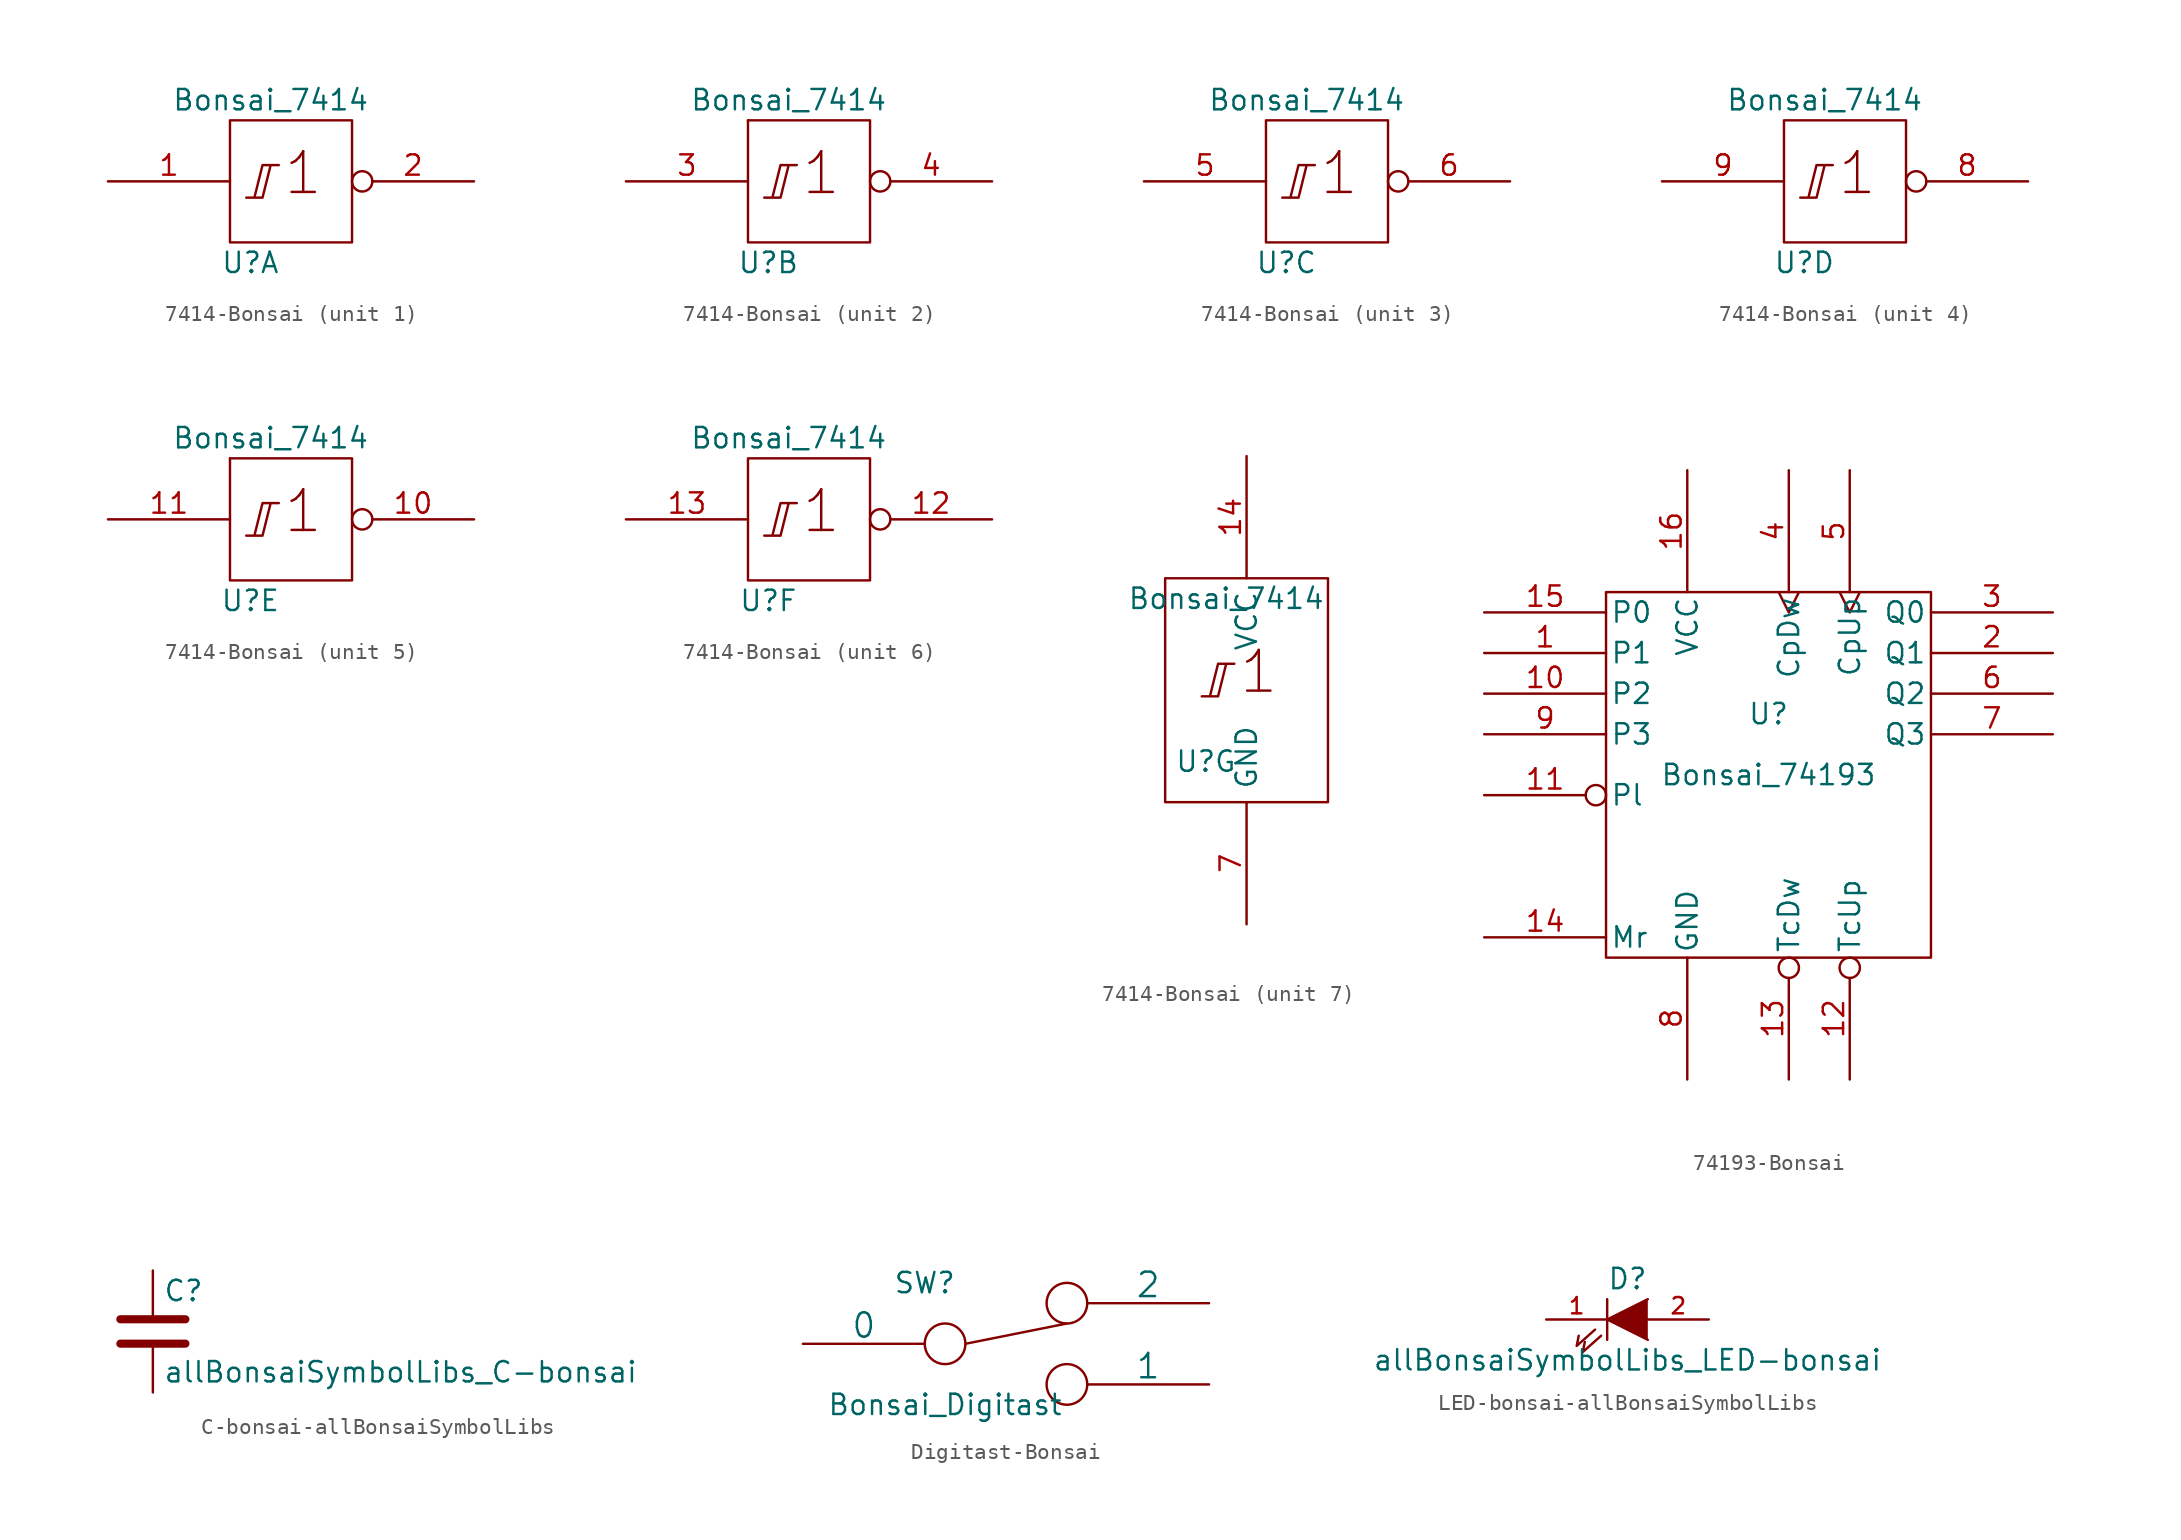
<source format=kicad_sym>
(kicad_symbol_lib
  (version 20220914)
  (generator kicad_symbol_editor)
  (symbol "7414-Bonsai"
    (pin_names
      (offset 0.762))
    (property "Reference" "U"
      (at -2.54 -5.08 0)
      (effects (font (size 1.27 1.27))))
    (property "Value" "Bonsai_7414"
      (at -1.27 5.08 0)
      (effects (font (size 1.27 1.27))))
    (property "ki_locked" ""
      (at 0 0 0)
      (effects (font (size 1.27 1.27))))
    (symbol "7414-Bonsai_0_0"
      (polyline (pts (xy -2.794 -1.016) (xy -1.778 -1.016) (xy -1.27 1.016) (xy -0.762 1.016) (xy -1.778 1.016) (xy -2.286 -1.016) (xy -2.286 -1.016)) (stroke (width 0) (type solid)) (fill (type none)))
      (text "1" (at 0.762 0.508 0) (effects (font (size 2.54 2.54)))))
    (symbol "7414-Bonsai_1_1"
      (rectangle (start -3.81 3.81) (end 3.81 -3.81) (stroke (width 0) (type solid)) (fill (type none)))
      (pin input line (at -11.43 0 0) (length 7.62) (name "~" (effects (font (size 1.27 1.27)))) (number "1" (effects (font (size 1.27 1.27)))))
      (pin output inverted (at 11.43 0 180) (length 7.62) (name "~" (effects (font (size 1.27 1.27)))) (number "2" (effects (font (size 1.27 1.27))))))
    (symbol "7414-Bonsai_2_1"
      (rectangle (start -3.81 3.81) (end -3.81 3.81) (stroke (width 0) (type solid)) (fill (type none)))
      (rectangle (start -3.81 3.81) (end 3.81 -3.81) (stroke (width 0) (type solid)) (fill (type none)))
      (pin input line (at -11.43 0 0) (length 7.62) (name "~" (effects (font (size 1.27 1.27)))) (number "3" (effects (font (size 1.27 1.27)))))
      (pin output inverted (at 11.43 0 180) (length 7.62) (name "~" (effects (font (size 1.27 1.27)))) (number "4" (effects (font (size 1.27 1.27))))))
    (symbol "7414-Bonsai_3_1"
      (rectangle (start -3.81 3.81) (end 3.81 -3.81) (stroke (width 0) (type solid)) (fill (type none)))
      (pin input line (at -11.43 0 0) (length 7.62) (name "~" (effects (font (size 1.27 1.27)))) (number "5" (effects (font (size 1.27 1.27)))))
      (pin output inverted (at 11.43 0 180) (length 7.62) (name "~" (effects (font (size 1.27 1.27)))) (number "6" (effects (font (size 1.27 1.27))))))
    (symbol "7414-Bonsai_4_1"
      (rectangle (start -3.81 3.81) (end 3.81 -3.81) (stroke (width 0) (type solid)) (fill (type none)))
      (pin output inverted (at 11.43 0 180) (length 7.62) (name "~" (effects (font (size 1.27 1.27)))) (number "8" (effects (font (size 1.27 1.27)))))
      (pin input line (at -11.43 0 0) (length 7.62) (name "~" (effects (font (size 1.27 1.27)))) (number "9" (effects (font (size 1.27 1.27))))))
    (symbol "7414-Bonsai_5_1"
      (rectangle (start -3.81 3.81) (end -3.81 3.81) (stroke (width 0) (type solid)) (fill (type none)))
      (rectangle (start -3.81 3.81) (end 3.81 -3.81) (stroke (width 0) (type solid)) (fill (type none)))
      (pin output inverted (at 11.43 0 180) (length 7.62) (name "~" (effects (font (size 1.27 1.27)))) (number "10" (effects (font (size 1.27 1.27)))))
      (pin input line (at -11.43 0 0) (length 7.62) (name "~" (effects (font (size 1.27 1.27)))) (number "11" (effects (font (size 1.27 1.27))))))
    (symbol "7414-Bonsai_6_1"
      (rectangle (start -3.81 3.81) (end 3.81 -3.81) (stroke (width 0) (type solid)) (fill (type none)))
      (pin output inverted (at 11.43 0 180) (length 7.62) (name "~" (effects (font (size 1.27 1.27)))) (number "12" (effects (font (size 1.27 1.27)))))
      (pin input line (at -11.43 0 0) (length 7.62) (name "~" (effects (font (size 1.27 1.27)))) (number "13" (effects (font (size 1.27 1.27))))))
    (symbol "7414-Bonsai_7_1"
      (rectangle (start -5.08 6.35) (end 5.08 -7.62) (stroke (width 0) (type solid)) (fill (type none)))
      (pin power_in line (at 0 13.97 270) (length 7.62) (name "VCC" (effects (font (size 1.27 1.27)))) (number "14" (effects (font (size 1.27 1.27)))))
      (pin power_in line (at 0 -15.24 90) (length 7.62) (name "GND" (effects (font (size 1.27 1.27)))) (number "7" (effects (font (size 1.27 1.27)))))))
  (symbol "74193-Bonsai"
    (pin_names
      (offset 0.254))
    (property "Reference" "U"
      (at 0 3.81 0)
      (effects (font (size 1.27 1.27))))
    (property "Value" "Bonsai_74193"
      (at 0 0 0)
      (effects (font (size 1.27 1.27))))
    (symbol "74193-Bonsai_0_0"
      (pin power_in line (at -5.08 19.05 270) (length 7.62) (name "VCC" (effects (font (size 1.27 1.27)))) (number "16" (effects (font (size 1.27 1.27)))))
      (pin power_in line (at -5.08 -19.05 90) (length 7.62) (name "GND" (effects (font (size 1.27 1.27)))) (number "8" (effects (font (size 1.27 1.27))))))
    (symbol "74193-Bonsai_0_1"
      (rectangle (start -10.16 11.43) (end 10.16 -11.43) (stroke (width 0) (type solid)) (fill (type none))))
    (symbol "74193-Bonsai_1_1"
      (pin input line (at -17.78 7.62 0) (length 7.62) (name "P1" (effects (font (size 1.27 1.27)))) (number "1" (effects (font (size 1.27 1.27)))))
      (pin input line (at -17.78 5.08 0) (length 7.62) (name "P2" (effects (font (size 1.27 1.27)))) (number "10" (effects (font (size 1.27 1.27)))))
      (pin input inverted (at -17.78 -1.27 0) (length 7.62) (name "Pl" (effects (font (size 1.27 1.27)))) (number "11" (effects (font (size 1.27 1.27)))))
      (pin output inverted (at 5.08 -19.05 90) (length 7.62) (name "TcUp" (effects (font (size 1.27 1.27)))) (number "12" (effects (font (size 1.27 1.27)))))
      (pin output inverted (at 1.27 -19.05 90) (length 7.62) (name "TcDw" (effects (font (size 1.27 1.27)))) (number "13" (effects (font (size 1.27 1.27)))))
      (pin input line (at -17.78 -10.16 0) (length 7.62) (name "Mr" (effects (font (size 1.27 1.27)))) (number "14" (effects (font (size 1.27 1.27)))))
      (pin input line (at -17.78 10.16 0) (length 7.62) (name "P0" (effects (font (size 1.27 1.27)))) (number "15" (effects (font (size 1.27 1.27)))))
      (pin output line (at 17.78 7.62 180) (length 7.62) (name "Q1" (effects (font (size 1.27 1.27)))) (number "2" (effects (font (size 1.27 1.27)))))
      (pin output line (at 17.78 10.16 180) (length 7.62) (name "Q0" (effects (font (size 1.27 1.27)))) (number "3" (effects (font (size 1.27 1.27)))))
      (pin input clock (at 1.27 19.05 270) (length 7.62) (name "CpDw" (effects (font (size 1.27 1.27)))) (number "4" (effects (font (size 1.27 1.27)))))
      (pin input clock (at 5.08 19.05 270) (length 7.62) (name "CpUp" (effects (font (size 1.27 1.27)))) (number "5" (effects (font (size 1.27 1.27)))))
      (pin output line (at 17.78 5.08 180) (length 7.62) (name "Q2" (effects (font (size 1.27 1.27)))) (number "6" (effects (font (size 1.27 1.27)))))
      (pin output line (at 17.78 2.54 180) (length 7.62) (name "Q3" (effects (font (size 1.27 1.27)))) (number "7" (effects (font (size 1.27 1.27)))))
      (pin input line (at -17.78 2.54 0) (length 7.62) (name "P3" (effects (font (size 1.27 1.27)))) (number "9" (effects (font (size 1.27 1.27)))))))
  (symbol "C-bonsai-allBonsaiSymbolLibs"
    (pin_numbers hide)
    (pin_names
      (offset 0.254))
    (property "Reference" "C"
      (at 0.635 2.54 0)
      (effects (font (size 1.27 1.27)) (justify left)))
    (property "Value" "allBonsaiSymbolLibs_C-bonsai"
      (at 0.635 -2.54 0)
      (effects (font (size 1.27 1.27)) (justify left)))
    (property "Footprint" ""
      (at 0.965 -3.81 0)
      (effects (font (size 0.762 0.762))))
    (property "Datasheet" ""
      (at 0 0 0)
      (effects (font (size 1.524 1.524))))
    (symbol "C-bonsai-allBonsaiSymbolLibs_0_1"
      (polyline (pts (xy -2.032 -0.762) (xy 2.032 -0.762)) (stroke (width 0.508) (type solid)) (fill (type none)))
      (polyline (pts (xy -2.032 0.762) (xy 2.032 0.762)) (stroke (width 0.508) (type solid)) (fill (type none))))
    (symbol "C-bonsai-allBonsaiSymbolLibs_1_1"
      (pin passive line (at 0 3.81 270) (length 2.794) (name "~" (effects (font (size 1.016 1.016)))) (number "1" (effects (font (size 1.016 1.016)))))
      (pin passive line (at 0 -3.81 90) (length 2.794) (name "~" (effects (font (size 1.016 1.016)))) (number "2" (effects (font (size 1.016 1.016)))))))
  (symbol "Digitast-Bonsai"
    (pin_numbers hide)
    (pin_names
      (offset 0))
    (property "Reference" "SW"
      (at -5.08 3.81 0)
      (effects (font (size 1.27 1.27))))
    (property "Value" "Bonsai_Digitast"
      (at -3.81 -3.81 0)
      (effects (font (size 1.27 1.27))))
    (property "Footprint" ""
      (at 0 0 0)
      (effects (font (size 1.524 1.524))))
    (property "Datasheet" ""
      (at 0 0 0)
      (effects (font (size 1.524 1.524))))
    (symbol "Digitast-Bonsai_0_0"
      (circle (center -3.81 0) (radius 1.27) (stroke (width 0) (type solid)) (fill (type none)))
      (circle (center 3.81 -2.54) (radius 1.27) (stroke (width 0) (type solid)) (fill (type none))))
    (symbol "Digitast-Bonsai_0_1"
      (polyline (pts (xy -2.54 0) (xy 3.81 1.27)) (stroke (width 0) (type solid)) (fill (type none)))
      (circle (center 3.81 2.54) (radius 1.27) (stroke (width 0) (type solid)) (fill (type none))))
    (symbol "Digitast-Bonsai_1_1"
      (pin passive line (at -12.7 0 0) (length 7.62) (name "0" (effects (font (size 1.524 1.524)))) (number "0" (effects (font (size 1.524 1.524)))))
      (pin passive line (at 12.7 -2.54 180) (length 7.62) (name "1" (effects (font (size 1.524 1.524)))) (number "1" (effects (font (size 1.524 1.524)))))
      (pin passive line (at 12.7 2.54 180) (length 7.62) (name "2" (effects (font (size 1.524 1.524)))) (number "2" (effects (font (size 1.524 1.524)))))))
  (symbol "LED-bonsai-allBonsaiSymbolLibs"
    (pin_names
      (offset 1.016) hide)
    (property "Reference" "D"
      (at 0 2.54 0)
      (effects (font (size 1.27 1.27))))
    (property "Value" "allBonsaiSymbolLibs_LED-bonsai"
      (at 0 -2.54 0)
      (effects (font (size 1.27 1.27))))
    (property "Footprint" ""
      (at 0 0 0)
      (effects (font (size 1.524 1.524))))
    (property "Datasheet" ""
      (at 0 0 0)
      (effects (font (size 1.524 1.524))))
    (symbol "LED-bonsai-allBonsaiSymbolLibs_0_1"
      (polyline (pts (xy -1.27 1.27) (xy -1.27 -1.27)) (stroke (width 0) (type solid)) (fill (type none)))
      (polyline (pts (xy -2.032 -0.635) (xy -3.175 -1.651) (xy -3.048 -1.016)) (stroke (width 0) (type solid)) (fill (type none)))
      (polyline (pts (xy -1.651 -1.016) (xy -2.794 -2.032) (xy -2.667 -1.397)) (stroke (width 0) (type solid)) (fill (type none)))
      (polyline (pts (xy 1.27 1.27) (xy -1.27 0) (xy 1.27 -1.27)) (stroke (width 0) (type solid)) (fill (type outline))))
    (symbol "LED-bonsai-allBonsaiSymbolLibs_1_1"
      (pin passive line (at -5.08 0 0) (length 3.81) (name "K" (effects (font (size 1.016 1.016)))) (number "1" (effects (font (size 1.016 1.016)))))
      (pin passive line (at 5.08 0 180) (length 3.81) (name "A" (effects (font (size 1.016 1.016)))) (number "2" (effects (font (size 1.016 1.016))))))))
</source>
